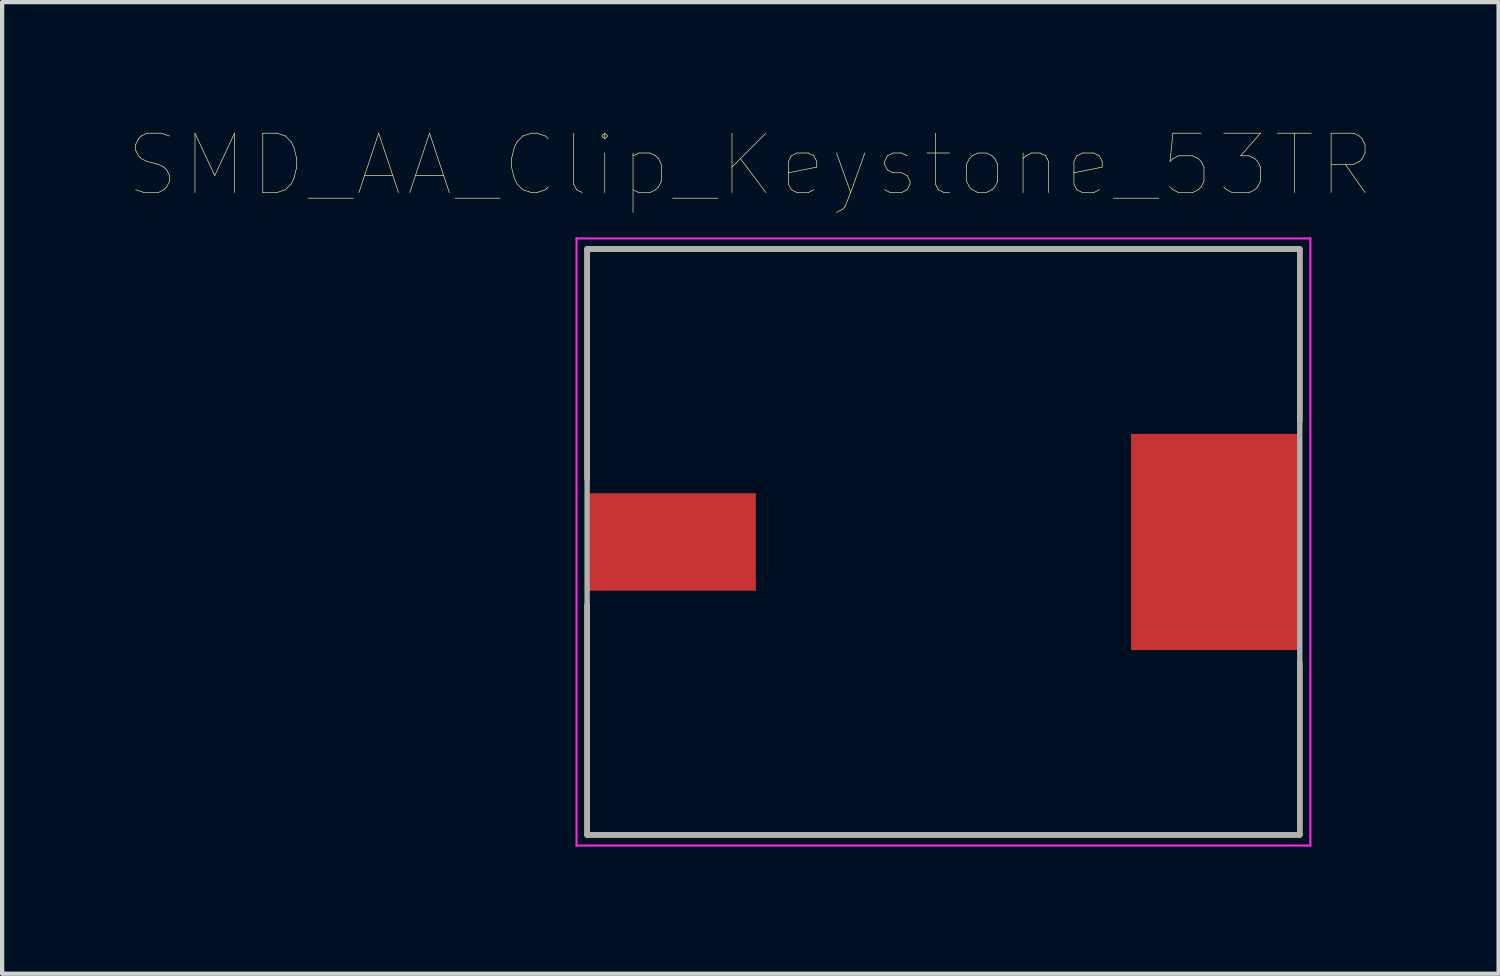
<source format=kicad_pcb>
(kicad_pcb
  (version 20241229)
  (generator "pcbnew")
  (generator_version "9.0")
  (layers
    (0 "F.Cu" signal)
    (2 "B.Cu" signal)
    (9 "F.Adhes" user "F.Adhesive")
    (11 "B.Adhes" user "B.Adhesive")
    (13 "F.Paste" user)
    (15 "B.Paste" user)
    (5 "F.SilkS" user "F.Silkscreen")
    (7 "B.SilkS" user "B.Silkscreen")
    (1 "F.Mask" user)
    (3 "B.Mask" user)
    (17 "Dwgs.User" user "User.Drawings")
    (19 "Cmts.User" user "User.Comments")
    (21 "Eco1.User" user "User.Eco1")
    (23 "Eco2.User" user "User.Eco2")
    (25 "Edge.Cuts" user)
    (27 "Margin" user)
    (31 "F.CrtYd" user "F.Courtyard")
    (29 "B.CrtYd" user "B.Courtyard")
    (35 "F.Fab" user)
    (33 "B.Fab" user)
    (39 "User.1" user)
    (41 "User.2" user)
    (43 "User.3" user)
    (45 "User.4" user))
  (footprint "SMD_AA_Clip_Keystone_53TR"
    (layer "F.Cu")
    (at 19.204 9.734)
    (property "Reference" "SMD_AA_Clip_Keystone_53TR" (at -4.555 -8.889 0) (layer "F.SilkS") (effects (font (size 1.4 1.4) (thickness 0.015))))
    (attr through_hole)
    (fp_line (start -8.405 -6.91) (end 8.405 -6.91) (stroke (width 0.127) (type solid)) (layer "F.SilkS"))
    (fp_line (start -8.405 -1.49) (end -8.405 -6.91) (stroke (width 0.127) (type solid)) (layer "F.SilkS"))
    (fp_line (start -8.405 6.91) (end -8.405 1.49) (stroke (width 0.127) (type solid)) (layer "F.SilkS"))
    (fp_line (start 8.405 -6.91) (end 8.405 -2.85) (stroke (width 0.127) (type solid)) (layer "F.SilkS"))
    (fp_line (start 8.405 2.85) (end 8.405 6.91) (stroke (width 0.127) (type solid)) (layer "F.SilkS"))
    (fp_line (start 8.405 6.91) (end -8.405 6.91) (stroke (width 0.127) (type solid)) (layer "F.SilkS"))
    (fp_line (start -8.655 -7.16) (end 8.655 -7.16) (stroke (width 0.05) (type solid)) (layer "F.CrtYd"))
    (fp_line (start -8.655 7.16) (end -8.655 -7.16) (stroke (width 0.05) (type solid)) (layer "F.CrtYd"))
    (fp_line (start 8.655 -7.16) (end 8.655 7.16) (stroke (width 0.05) (type solid)) (layer "F.CrtYd"))
    (fp_line (start 8.655 7.16) (end -8.655 7.16) (stroke (width 0.05) (type solid)) (layer "F.CrtYd"))
    (fp_line (start -8.405 -6.91) (end 8.405 -6.91) (stroke (width 0.127) (type solid)) (layer "F.Fab"))
    (fp_line (start -8.405 6.91) (end -8.405 -6.91) (stroke (width 0.127) (type solid)) (layer "F.Fab"))
    (fp_line (start 8.405 -6.91) (end 8.405 6.91) (stroke (width 0.127) (type solid)) (layer "F.Fab"))
    (fp_line (start 8.405 6.91) (end -8.405 6.91) (stroke (width 0.127) (type solid)) (layer "F.Fab"))
    (pad "1" smd rect (at -6.425 0) (size 4 2.3) (layers "F.Cu" "F.Mask" "F.Paste"))
    (pad "2" smd rect (at 6.425 0) (size 4 5.1) (layers "F.Cu" "F.Mask" "F.Paste")))
  (gr_rect
    (start -3 -3)
    (end 32.298 19.919)
    (stroke (width 0.1) (type default))
    (fill no)
    (layer "Edge.Cuts")))
</source>
